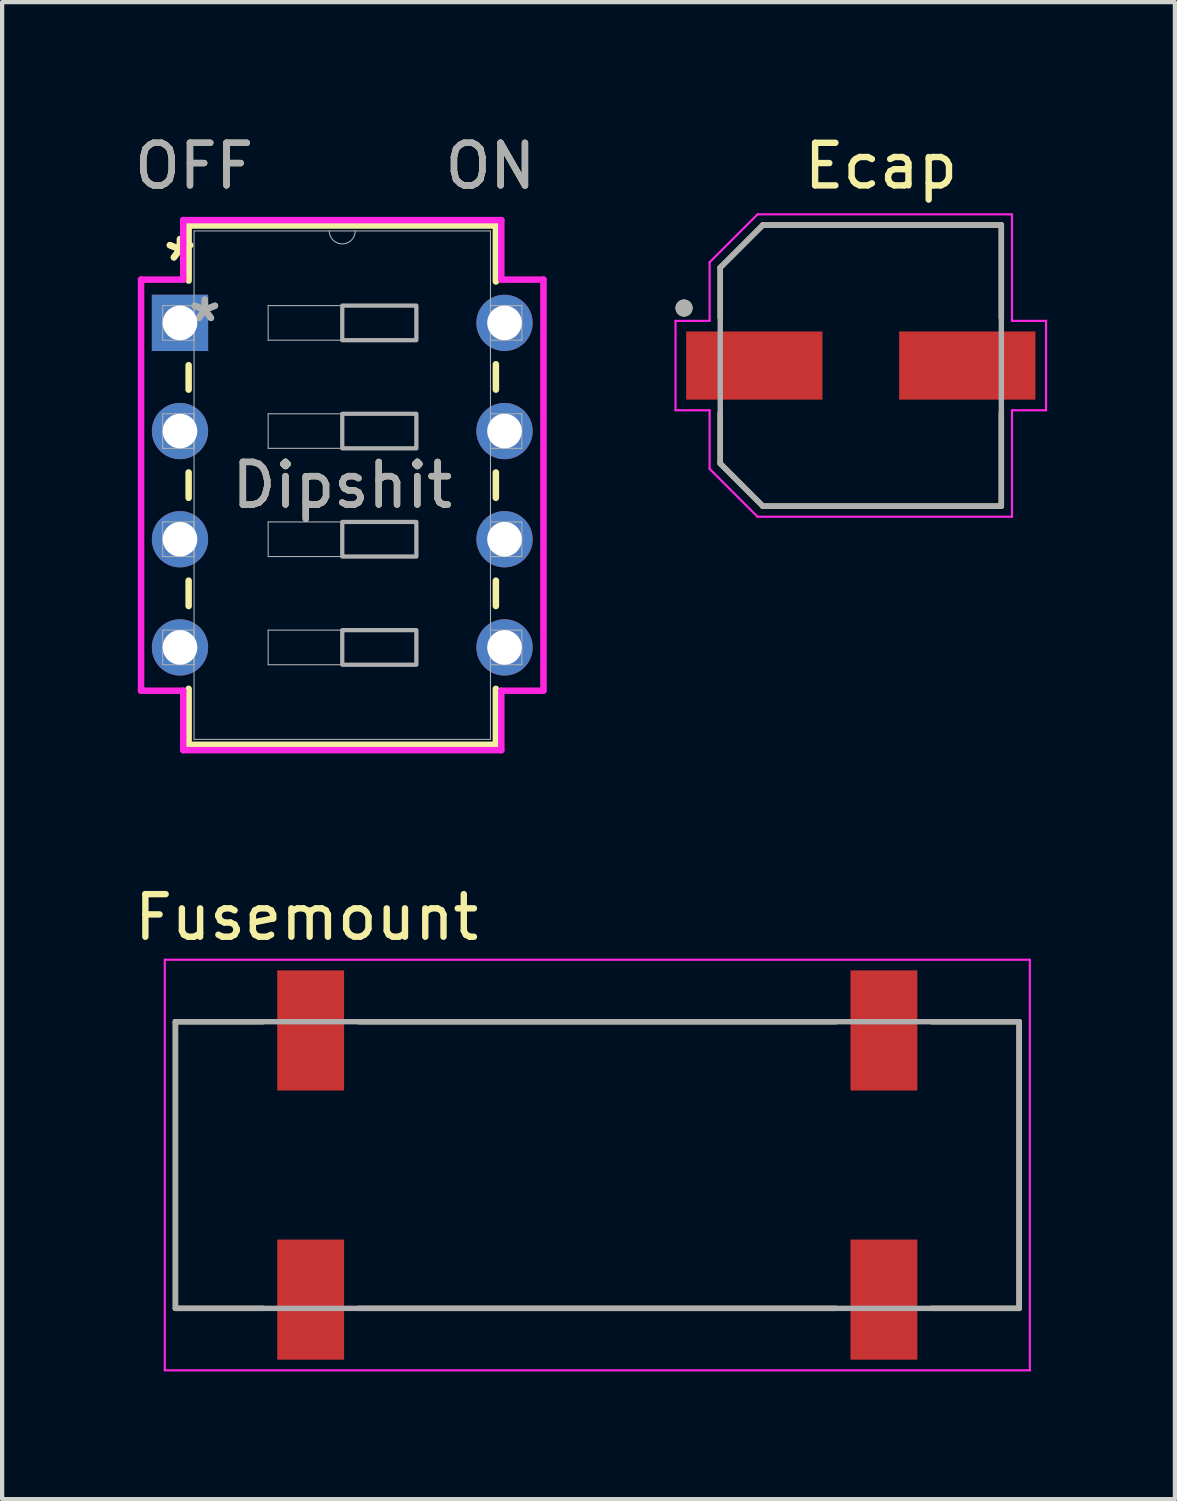
<source format=kicad_pcb>
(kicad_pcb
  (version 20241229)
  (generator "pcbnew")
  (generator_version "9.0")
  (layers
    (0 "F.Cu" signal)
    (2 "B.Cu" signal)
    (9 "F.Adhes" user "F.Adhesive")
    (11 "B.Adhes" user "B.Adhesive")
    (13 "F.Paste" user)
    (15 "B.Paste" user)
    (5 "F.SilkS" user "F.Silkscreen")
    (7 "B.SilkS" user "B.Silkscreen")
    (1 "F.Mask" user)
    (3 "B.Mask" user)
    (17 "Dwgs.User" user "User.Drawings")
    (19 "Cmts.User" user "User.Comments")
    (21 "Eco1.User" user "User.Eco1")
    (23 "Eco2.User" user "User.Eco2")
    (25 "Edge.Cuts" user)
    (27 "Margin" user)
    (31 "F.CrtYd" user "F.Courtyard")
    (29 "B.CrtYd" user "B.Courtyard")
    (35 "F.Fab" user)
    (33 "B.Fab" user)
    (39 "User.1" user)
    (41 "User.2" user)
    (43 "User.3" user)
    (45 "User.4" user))
  (footprint "Fusemount"
    (layer "F.Cu")
    (at 10.974 24.304)
    (property "Reference" "Fusemount" (at -6.825 -5.815 0) (layer "F.SilkS") (effects (font (size 1 1) (thickness 0.15))))
    (attr smd)
    (fp_line (start -9.905 -3.365) (end -9.905 3.365) (stroke (width 0.127) (type solid)) (layer "F.SilkS"))
    (fp_line (start -7.85 -3.365) (end -9.905 -3.365) (stroke (width 0.127) (type solid)) (layer "F.SilkS"))
    (fp_line (start -7.85 3.365) (end -9.905 3.365) (stroke (width 0.127) (type solid)) (layer "F.SilkS"))
    (fp_line (start -5.6 -3.365) (end 5.6 -3.365) (stroke (width 0.127) (type solid)) (layer "F.SilkS"))
    (fp_line (start 5.6 3.365) (end -5.6 3.365) (stroke (width 0.127) (type solid)) (layer "F.SilkS"))
    (fp_line (start 7.85 -3.365) (end 9.905 -3.365) (stroke (width 0.127) (type solid)) (layer "F.SilkS"))
    (fp_line (start 7.85 3.365) (end 9.905 3.365) (stroke (width 0.127) (type solid)) (layer "F.SilkS"))
    (fp_line (start 9.905 -3.365) (end 9.905 3.365) (stroke (width 0.127) (type solid)) (layer "F.SilkS"))
    (fp_line (start -10.155 -4.82) (end 10.155 -4.82) (stroke (width 0.05) (type solid)) (layer "F.CrtYd"))
    (fp_line (start -10.155 4.82) (end -10.155 -4.82) (stroke (width 0.05) (type solid)) (layer "F.CrtYd"))
    (fp_line (start 10.155 -4.82) (end 10.155 4.82) (stroke (width 0.05) (type solid)) (layer "F.CrtYd"))
    (fp_line (start 10.155 4.82) (end -10.155 4.82) (stroke (width 0.05) (type solid)) (layer "F.CrtYd"))
    (fp_line (start -9.905 -3.365) (end 9.905 -3.365) (stroke (width 0.127) (type solid)) (layer "F.Fab"))
    (fp_line (start -9.905 3.365) (end -9.905 -3.365) (stroke (width 0.127) (type solid)) (layer "F.Fab"))
    (fp_line (start 9.905 -3.365) (end 9.905 3.365) (stroke (width 0.127) (type solid)) (layer "F.Fab"))
    (fp_line (start 9.905 3.365) (end -9.905 3.365) (stroke (width 0.127) (type solid)) (layer "F.Fab"))
    (pad "1_1" smd rect (at -6.73 -3.16) (size 1.57 2.82) (layers "F.Cu" "F.Mask" "F.Paste"))
    (pad "1_2" smd rect (at -6.73 3.16) (size 1.57 2.82) (layers "F.Cu" "F.Mask" "F.Paste"))
    (pad "2_1" smd rect (at 6.73 -3.16) (size 1.57 2.82) (layers "F.Cu" "F.Mask" "F.Paste"))
    (pad "2_2" smd rect (at 6.73 3.16) (size 1.57 2.82) (layers "F.Cu" "F.Mask" "F.Paste")))
  (footprint "Dipshit"
    (layer "F.Cu")
    (at 1.176 4.531)
    (property "Reference" "Dipshit" (at 3.81 3.81 0) (unlocked yes) (layer "F.SilkS") (effects (font (size 1 1) (thickness 0.15))))
    (attr through_hole)
    (fp_line (start 0.203 -2.286) (end 0.203 -0.993) (stroke (width 0.152) (type solid)) (layer "F.SilkS"))
    (fp_line (start 0.203 0.993) (end 0.203 1.568) (stroke (width 0.152) (type solid)) (layer "F.SilkS"))
    (fp_line (start 0.203 3.512) (end 0.203 4.108) (stroke (width 0.152) (type solid)) (layer "F.SilkS"))
    (fp_line (start 0.203 6.052) (end 0.203 6.648) (stroke (width 0.152) (type solid)) (layer "F.SilkS"))
    (fp_line (start 0.203 8.592) (end 0.203 9.906) (stroke (width 0.152) (type solid)) (layer "F.SilkS"))
    (fp_line (start 0.203 9.906) (end 7.417 9.906) (stroke (width 0.152) (type solid)) (layer "F.SilkS"))
    (fp_line (start 7.417 -2.286) (end 0.203 -2.286) (stroke (width 0.152) (type solid)) (layer "F.SilkS"))
    (fp_line (start 7.417 -0.972) (end 7.417 -2.286) (stroke (width 0.152) (type solid)) (layer "F.SilkS"))
    (fp_line (start 7.417 1.568) (end 7.417 0.972) (stroke (width 0.152) (type solid)) (layer "F.SilkS"))
    (fp_line (start 7.417 4.108) (end 7.417 3.512) (stroke (width 0.152) (type solid)) (layer "F.SilkS"))
    (fp_line (start 7.417 6.648) (end 7.417 6.052) (stroke (width 0.152) (type solid)) (layer "F.SilkS"))
    (fp_line (start 7.417 9.906) (end 7.417 8.592) (stroke (width 0.152) (type solid)) (layer "F.SilkS"))
    (fp_line (start -0.914 -1.016) (end 0.076 -1.016) (stroke (width 0.152) (type solid)) (layer "F.CrtYd"))
    (fp_line (start -0.914 8.636) (end -0.914 -1.016) (stroke (width 0.152) (type solid)) (layer "F.CrtYd"))
    (fp_line (start 0.076 -2.413) (end 7.544 -2.413) (stroke (width 0.152) (type solid)) (layer "F.CrtYd"))
    (fp_line (start 0.076 -1.016) (end 0.076 -2.413) (stroke (width 0.152) (type solid)) (layer "F.CrtYd"))
    (fp_line (start 0.076 8.636) (end -0.914 8.636) (stroke (width 0.152) (type solid)) (layer "F.CrtYd"))
    (fp_line (start 0.076 10.033) (end 0.076 8.636) (stroke (width 0.152) (type solid)) (layer "F.CrtYd"))
    (fp_line (start 7.544 -2.413) (end 7.544 -1.016) (stroke (width 0.152) (type solid)) (layer "F.CrtYd"))
    (fp_line (start 7.544 8.636) (end 7.544 10.033) (stroke (width 0.152) (type solid)) (layer "F.CrtYd"))
    (fp_line (start 7.544 10.033) (end 0.076 10.033) (stroke (width 0.152) (type solid)) (layer "F.CrtYd"))
    (fp_line (start 8.534 -1.016) (end 7.544 -1.016) (stroke (width 0.152) (type solid)) (layer "F.CrtYd"))
    (fp_line (start 8.534 -1.016) (end 8.534 8.636) (stroke (width 0.152) (type solid)) (layer "F.CrtYd"))
    (fp_line (start 8.534 8.636) (end 7.544 8.636) (stroke (width 0.152) (type solid)) (layer "F.CrtYd"))
    (fp_line (start -0.406 -0.406) (end -0.406 0.406) (stroke (width 0.025) (type solid)) (layer "F.Fab"))
    (fp_line (start -0.406 0.406) (end 0.33 0.406) (stroke (width 0.025) (type solid)) (layer "F.Fab"))
    (fp_line (start -0.406 2.134) (end -0.406 2.946) (stroke (width 0.025) (type solid)) (layer "F.Fab"))
    (fp_line (start -0.406 2.946) (end 0.33 2.946) (stroke (width 0.025) (type solid)) (layer "F.Fab"))
    (fp_line (start -0.406 4.674) (end -0.406 5.486) (stroke (width 0.025) (type solid)) (layer "F.Fab"))
    (fp_line (start -0.406 5.486) (end 0.33 5.486) (stroke (width 0.025) (type solid)) (layer "F.Fab"))
    (fp_line (start -0.406 7.214) (end -0.406 8.026) (stroke (width 0.025) (type solid)) (layer "F.Fab"))
    (fp_line (start -0.406 8.026) (end 0.33 8.026) (stroke (width 0.025) (type solid)) (layer "F.Fab"))
    (fp_line (start 0.33 -2.159) (end 0.33 9.779) (stroke (width 0.025) (type solid)) (layer "F.Fab"))
    (fp_line (start 0.33 -0.406) (end -0.406 -0.406) (stroke (width 0.025) (type solid)) (layer "F.Fab"))
    (fp_line (start 0.33 0.406) (end 0.33 -0.406) (stroke (width 0.025) (type solid)) (layer "F.Fab"))
    (fp_line (start 0.33 2.134) (end -0.406 2.134) (stroke (width 0.025) (type solid)) (layer "F.Fab"))
    (fp_line (start 0.33 2.946) (end 0.33 2.134) (stroke (width 0.025) (type solid)) (layer "F.Fab"))
    (fp_line (start 0.33 4.674) (end -0.406 4.674) (stroke (width 0.025) (type solid)) (layer "F.Fab"))
    (fp_line (start 0.33 5.486) (end 0.33 4.674) (stroke (width 0.025) (type solid)) (layer "F.Fab"))
    (fp_line (start 0.33 7.214) (end -0.406 7.214) (stroke (width 0.025) (type solid)) (layer "F.Fab"))
    (fp_line (start 0.33 8.026) (end 0.33 7.214) (stroke (width 0.025) (type solid)) (layer "F.Fab"))
    (fp_line (start 0.33 9.779) (end 7.29 9.779) (stroke (width 0.025) (type solid)) (layer "F.Fab"))
    (fp_line (start 2.07 -0.406) (end 5.55 -0.406) (stroke (width 0.025) (type solid)) (layer "F.Fab"))
    (fp_line (start 2.07 0.406) (end 2.07 -0.406) (stroke (width 0.025) (type solid)) (layer "F.Fab"))
    (fp_line (start 2.07 2.134) (end 5.55 2.134) (stroke (width 0.025) (type solid)) (layer "F.Fab"))
    (fp_line (start 2.07 2.946) (end 2.07 2.134) (stroke (width 0.025) (type solid)) (layer "F.Fab"))
    (fp_line (start 2.07 4.674) (end 5.55 4.674) (stroke (width 0.025) (type solid)) (layer "F.Fab"))
    (fp_line (start 2.07 5.486) (end 2.07 4.674) (stroke (width 0.025) (type solid)) (layer "F.Fab"))
    (fp_line (start 2.07 7.214) (end 5.55 7.214) (stroke (width 0.025) (type solid)) (layer "F.Fab"))
    (fp_line (start 2.07 8.026) (end 2.07 7.214) (stroke (width 0.025) (type solid)) (layer "F.Fab"))
    (fp_line (start 5.55 -0.406) (end 5.55 0.406) (stroke (width 0.025) (type solid)) (layer "F.Fab"))
    (fp_line (start 5.55 0.406) (end 2.07 0.406) (stroke (width 0.025) (type solid)) (layer "F.Fab"))
    (fp_line (start 5.55 2.134) (end 5.55 2.946) (stroke (width 0.025) (type solid)) (layer "F.Fab"))
    (fp_line (start 5.55 2.946) (end 2.07 2.946) (stroke (width 0.025) (type solid)) (layer "F.Fab"))
    (fp_line (start 5.55 4.674) (end 5.55 5.486) (stroke (width 0.025) (type solid)) (layer "F.Fab"))
    (fp_line (start 5.55 5.486) (end 2.07 5.486) (stroke (width 0.025) (type solid)) (layer "F.Fab"))
    (fp_line (start 5.55 7.214) (end 5.55 8.026) (stroke (width 0.025) (type solid)) (layer "F.Fab"))
    (fp_line (start 5.55 8.026) (end 2.07 8.026) (stroke (width 0.025) (type solid)) (layer "F.Fab"))
    (fp_line (start 7.29 -2.159) (end 0.33 -2.159) (stroke (width 0.025) (type solid)) (layer "F.Fab"))
    (fp_line (start 7.29 -0.406) (end 7.29 0.406) (stroke (width 0.025) (type solid)) (layer "F.Fab"))
    (fp_line (start 7.29 0.406) (end 8.026 0.406) (stroke (width 0.025) (type solid)) (layer "F.Fab"))
    (fp_line (start 7.29 2.134) (end 7.29 2.946) (stroke (width 0.025) (type solid)) (layer "F.Fab"))
    (fp_line (start 7.29 2.946) (end 8.026 2.946) (stroke (width 0.025) (type solid)) (layer "F.Fab"))
    (fp_line (start 7.29 4.674) (end 7.29 5.486) (stroke (width 0.025) (type solid)) (layer "F.Fab"))
    (fp_line (start 7.29 5.486) (end 8.026 5.486) (stroke (width 0.025) (type solid)) (layer "F.Fab"))
    (fp_line (start 7.29 7.214) (end 7.29 8.026) (stroke (width 0.025) (type solid)) (layer "F.Fab"))
    (fp_line (start 7.29 8.026) (end 8.026 8.026) (stroke (width 0.025) (type solid)) (layer "F.Fab"))
    (fp_line (start 7.29 9.779) (end 7.29 -2.159) (stroke (width 0.025) (type solid)) (layer "F.Fab"))
    (fp_line (start 8.026 -0.406) (end 7.29 -0.406) (stroke (width 0.025) (type solid)) (layer "F.Fab"))
    (fp_line (start 8.026 0.406) (end 8.026 -0.406) (stroke (width 0.025) (type solid)) (layer "F.Fab"))
    (fp_line (start 8.026 2.134) (end 7.29 2.134) (stroke (width 0.025) (type solid)) (layer "F.Fab"))
    (fp_line (start 8.026 2.946) (end 8.026 2.134) (stroke (width 0.025) (type solid)) (layer "F.Fab"))
    (fp_line (start 8.026 4.674) (end 7.29 4.674) (stroke (width 0.025) (type solid)) (layer "F.Fab"))
    (fp_line (start 8.026 5.486) (end 8.026 4.674) (stroke (width 0.025) (type solid)) (layer "F.Fab"))
    (fp_line (start 8.026 7.214) (end 7.29 7.214) (stroke (width 0.025) (type solid)) (layer "F.Fab"))
    (fp_line (start 8.026 8.026) (end 8.026 7.214) (stroke (width 0.025) (type solid)) (layer "F.Fab"))
    (fp_arc (start 4.1148 -2.159) (mid 3.81 -1.8542) (end 3.5052 -2.159) (stroke (width 0.0254) (type solid)) (layer "F.Fab"))
    (fp_poly (pts (xy 3.81 -0.406) (xy 5.55 -0.406) (xy 5.55 0.406) (xy 3.81 0.406)) (stroke (width 0.1) (type solid)) (fill no) (layer "F.Fab"))
    (fp_poly (pts (xy 3.81 2.134) (xy 5.55 2.134) (xy 5.55 2.946) (xy 3.81 2.946)) (stroke (width 0.1) (type solid)) (fill no) (layer "F.Fab"))
    (fp_poly (pts (xy 3.81 4.674) (xy 5.55 4.674) (xy 5.55 5.486) (xy 3.81 5.486)) (stroke (width 0.1) (type solid)) (fill no) (layer "F.Fab"))
    (fp_poly (pts (xy 3.81 7.214) (xy 5.55 7.214) (xy 5.55 8.026) (xy 3.81 8.026)) (stroke (width 0.1) (type solid)) (fill no) (layer "F.Fab"))
    (fp_text user "*" (at 0 -1.422 0) (layer "F.SilkS") (effects (font (size 1 1) (thickness 0.15))))
    (fp_text user "ON" (at 7.29 -3.683 0) (unlocked yes) (layer "F.SilkS") (effects (font (size 1 1) (thickness 0.15))))
    (fp_text user "OFF" (at 0.33 -3.683 0) (unlocked yes) (layer "F.SilkS") (effects (font (size 1 1) (thickness 0.15))))
    (fp_text user "*" (at 0 -1.422 0) (unlocked yes) (layer "F.SilkS") (effects (font (size 1 1) (thickness 0.15))))
    (fp_text user "ON" (at 7.29 -3.683 0) (unlocked yes) (layer "F.Fab") (effects (font (size 1 1) (thickness 0.15))))
    (fp_text user "OFF" (at 0.33 -3.683 0) (unlocked yes) (layer "F.Fab") (effects (font (size 1 1) (thickness 0.15))))
    (fp_text user "*" (at 0.584 0 0) (unlocked yes) (layer "F.Fab") (effects (font (size 1 1) (thickness 0.15))))
    (fp_text user "${REFERENCE}" (at 3.81 3.81 0) (unlocked yes) (layer "F.Fab") (effects (font (size 1 1) (thickness 0.15))))
    (fp_text user "*" (at 0.584 0 0) (layer "F.Fab") (effects (font (size 1 1) (thickness 0.15))))
    (pad "1" thru_hole rect (at 0 0) (size 1.321 1.321) (drill 0.813) (layers "*.Cu" "*.Mask"))
    (pad "2" thru_hole circle (at 0 2.54) (size 1.321 1.321) (drill 0.813) (layers "*.Cu" "*.Mask"))
    (pad "3" thru_hole circle (at 0 5.08) (size 1.321 1.321) (drill 0.813) (layers "*.Cu" "*.Mask"))
    (pad "4" thru_hole circle (at 0 7.62) (size 1.321 1.321) (drill 0.813) (layers "*.Cu" "*.Mask"))
    (pad "5" thru_hole circle (at 7.62 7.62) (size 1.321 1.321) (drill 0.813) (layers "*.Cu" "*.Mask"))
    (pad "6" thru_hole circle (at 7.62 5.08) (size 1.321 1.321) (drill 0.813) (layers "*.Cu" "*.Mask"))
    (pad "7" thru_hole circle (at 7.62 2.54) (size 1.321 1.321) (drill 0.813) (layers "*.Cu" "*.Mask"))
    (pad "8" thru_hole circle (at 7.62 0) (size 1.321 1.321) (drill 0.813) (layers "*.Cu" "*.Mask")))
  (footprint "Ecap"
    (layer "F.Cu")
    (at 17.161 5.533)
    (property "Reference" "Ecap" (at 0.475 -4.685 0) (layer "F.SilkS") (effects (font (size 1 1) (thickness 0.15))))
    (attr smd)
    (fp_line (start -3.3 -2.3) (end -3.3 -1.12) (stroke (width 0.127) (type solid)) (layer "F.SilkS"))
    (fp_line (start -3.3 1.12) (end -3.3 2.3) (stroke (width 0.127) (type solid)) (layer "F.SilkS"))
    (fp_line (start -3.3 2.3) (end -2.3 3.3) (stroke (width 0.127) (type solid)) (layer "F.SilkS"))
    (fp_line (start -2.3 -3.3) (end -3.3 -2.3) (stroke (width 0.127) (type solid)) (layer "F.SilkS"))
    (fp_line (start -2.3 3.3) (end 3.3 3.3) (stroke (width 0.127) (type solid)) (layer "F.SilkS"))
    (fp_line (start 3.3 -3.3) (end -2.3 -3.3) (stroke (width 0.127) (type solid)) (layer "F.SilkS"))
    (fp_line (start 3.3 -1.12) (end 3.3 -3.3) (stroke (width 0.127) (type solid)) (layer "F.SilkS"))
    (fp_line (start 3.3 3.3) (end 3.3 1.12) (stroke (width 0.127) (type solid)) (layer "F.SilkS"))
    (fp_circle (center -4.15 -1.35) (end -4.05 -1.35) (stroke (width 0.2) (type solid)) (fill no) (layer "F.SilkS"))
    (fp_line (start -4.35 -1.05) (end -3.55 -1.05) (stroke (width 0.05) (type solid)) (layer "F.CrtYd"))
    (fp_line (start -4.35 1.05) (end -4.35 -1.05) (stroke (width 0.05) (type solid)) (layer "F.CrtYd"))
    (fp_line (start -3.55 -2.425) (end -2.425 -3.55) (stroke (width 0.05) (type solid)) (layer "F.CrtYd"))
    (fp_line (start -3.55 -1.05) (end -3.55 -2.425) (stroke (width 0.05) (type solid)) (layer "F.CrtYd"))
    (fp_line (start -3.55 1.05) (end -4.35 1.05) (stroke (width 0.05) (type solid)) (layer "F.CrtYd"))
    (fp_line (start -3.55 2.425) (end -3.55 1.05) (stroke (width 0.05) (type solid)) (layer "F.CrtYd"))
    (fp_line (start -2.425 -3.55) (end 3.55 -3.55) (stroke (width 0.05) (type solid)) (layer "F.CrtYd"))
    (fp_line (start -2.425 3.55) (end -3.55 2.425) (stroke (width 0.05) (type solid)) (layer "F.CrtYd"))
    (fp_line (start 3.55 -3.55) (end 3.55 -1.05) (stroke (width 0.05) (type solid)) (layer "F.CrtYd"))
    (fp_line (start 3.55 -1.05) (end 4.35 -1.05) (stroke (width 0.05) (type solid)) (layer "F.CrtYd"))
    (fp_line (start 3.55 1.05) (end 3.55 3.55) (stroke (width 0.05) (type solid)) (layer "F.CrtYd"))
    (fp_line (start 3.55 3.55) (end -2.425 3.55) (stroke (width 0.05) (type solid)) (layer "F.CrtYd"))
    (fp_line (start 4.35 -1.05) (end 4.35 1.05) (stroke (width 0.05) (type solid)) (layer "F.CrtYd"))
    (fp_line (start 4.35 1.05) (end 3.55 1.05) (stroke (width 0.05) (type solid)) (layer "F.CrtYd"))
    (fp_line (start -3.3 -2.3) (end -3.3 2.3) (stroke (width 0.127) (type solid)) (layer "F.Fab"))
    (fp_line (start -3.3 2.3) (end -2.3 3.3) (stroke (width 0.127) (type solid)) (layer "F.Fab"))
    (fp_line (start -2.3 -3.3) (end -3.3 -2.3) (stroke (width 0.127) (type solid)) (layer "F.Fab"))
    (fp_line (start -2.3 3.3) (end 3.3 3.3) (stroke (width 0.127) (type solid)) (layer "F.Fab"))
    (fp_line (start 3.3 -3.3) (end -2.3 -3.3) (stroke (width 0.127) (type solid)) (layer "F.Fab"))
    (fp_line (start 3.3 3.3) (end 3.3 -3.3) (stroke (width 0.127) (type solid)) (layer "F.Fab"))
    (fp_circle (center -4.15 -1.35) (end -4.05 -1.35) (stroke (width 0.2) (type solid)) (fill no) (layer "F.Fab"))
    (pad "1" smd rect (at -2.5 0) (size 3.2 1.6) (layers "F.Cu" "F.Mask" "F.Paste"))
    (pad "2" smd rect (at 2.5 0) (size 3.2 1.6) (layers "F.Cu" "F.Mask" "F.Paste")))
  (gr_rect
    (start -3 -3)
    (end 24.536 32.149)
    (stroke (width 0.1) (type default))
    (fill no)
    (layer "Edge.Cuts")))
</source>
